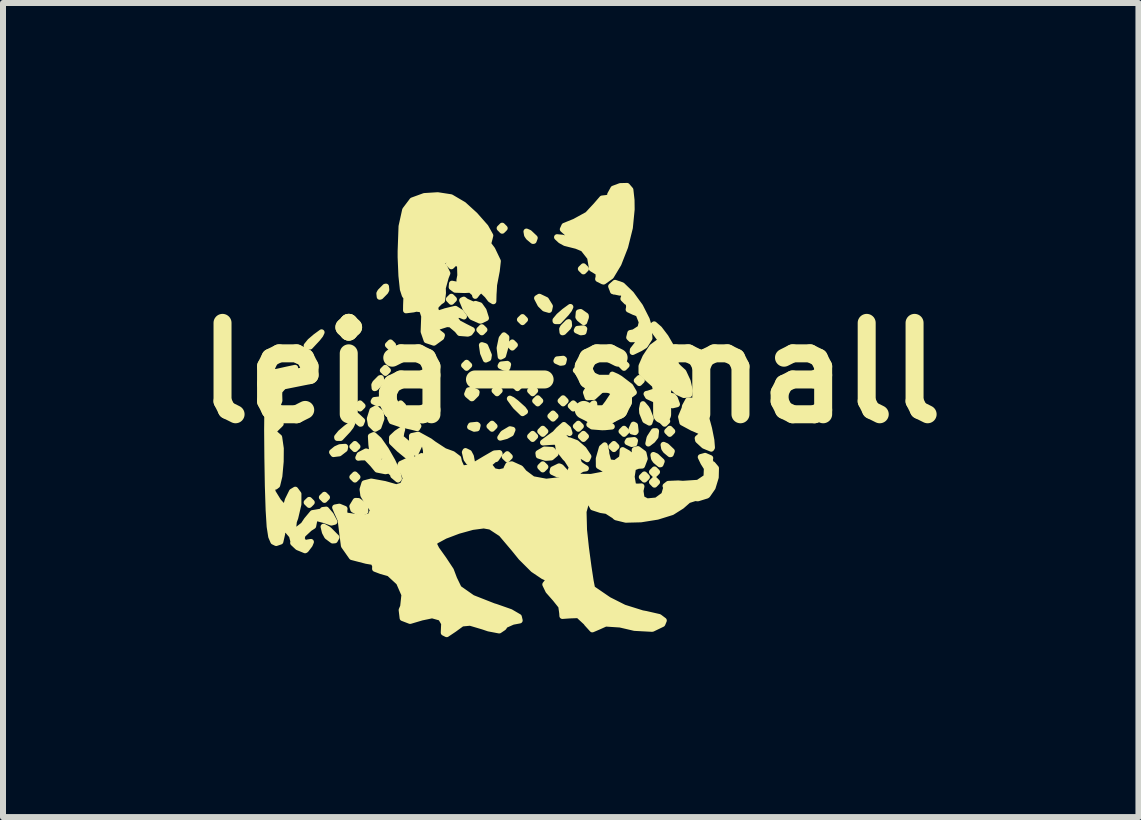
<source format=kicad_pcb>
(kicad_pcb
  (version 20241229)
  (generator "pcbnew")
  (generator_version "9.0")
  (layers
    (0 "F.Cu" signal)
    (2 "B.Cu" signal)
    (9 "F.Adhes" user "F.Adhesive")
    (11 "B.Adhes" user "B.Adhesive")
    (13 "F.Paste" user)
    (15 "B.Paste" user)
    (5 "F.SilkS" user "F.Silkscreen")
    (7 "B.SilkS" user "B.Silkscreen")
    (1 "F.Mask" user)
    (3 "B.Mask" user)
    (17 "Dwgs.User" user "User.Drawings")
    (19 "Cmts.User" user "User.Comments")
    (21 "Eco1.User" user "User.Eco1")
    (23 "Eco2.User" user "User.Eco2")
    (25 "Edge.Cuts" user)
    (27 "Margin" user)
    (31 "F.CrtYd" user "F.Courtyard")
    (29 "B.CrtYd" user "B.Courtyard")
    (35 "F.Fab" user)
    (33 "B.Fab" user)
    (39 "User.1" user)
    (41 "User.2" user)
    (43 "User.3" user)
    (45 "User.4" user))
  (footprint "leia-small"
    (layer "F.Cu")
    (at 6.466 3.168)
    (property "Reference" "leia-small" (at 0 0 0) (layer "F.SilkS") (effects (font (size 1.524 1.524) (thickness 0.3))))
    (attr through_hole)
    (fp_poly (pts (xy 0.713 -1.361) (xy 0.704 -1.363) (xy 0.7 -1.374) (xy 0.713 -1.361)) (stroke (width 0.1) (type solid)) (fill yes) (layer "F.SilkS"))
    (fp_poly (pts (xy -4.318 2.159) (xy -4.36 2.201) (xy -4.403 2.159) (xy -4.36 2.117) (xy -4.318 2.159)) (stroke (width 0.1) (type solid)) (fill yes) (layer "F.SilkS"))
    (fp_poly (pts (xy -4.064 2.074) (xy -4.106 2.117) (xy -4.149 2.074) (xy -4.106 2.032) (xy -4.064 2.074)) (stroke (width 0.1) (type solid)) (fill yes) (layer "F.SilkS"))
    (fp_poly (pts (xy -3.556 1.228) (xy -3.598 1.27) (xy -3.641 1.228) (xy -3.598 1.185) (xy -3.556 1.228)) (stroke (width 0.1) (type solid)) (fill yes) (layer "F.SilkS"))
    (fp_poly (pts (xy -3.556 1.736) (xy -3.598 1.778) (xy -3.641 1.736) (xy -3.598 1.693) (xy -3.556 1.736)) (stroke (width 0.1) (type solid)) (fill yes) (layer "F.SilkS"))
    (fp_poly (pts (xy -3.471 0.55) (xy -3.514 0.593) (xy -3.556 0.55) (xy -3.514 0.508) (xy -3.471 0.55)) (stroke (width 0.1) (type solid)) (fill yes) (layer "F.SilkS"))
    (fp_poly (pts (xy -3.048 -0.042) (xy -3.09 0) (xy -3.133 -0.042) (xy -3.09 -0.085) (xy -3.048 -0.042)) (stroke (width 0.1) (type solid)) (fill yes) (layer "F.SilkS"))
    (fp_poly (pts (xy -2.963 -0.466) (xy -3.006 -0.423) (xy -3.048 -0.466) (xy -3.006 -0.508) (xy -2.963 -0.466)) (stroke (width 0.1) (type solid)) (fill yes) (layer "F.SilkS"))
    (fp_poly (pts (xy -2.794 0.55) (xy -2.836 0.593) (xy -2.879 0.55) (xy -2.836 0.508) (xy -2.794 0.55)) (stroke (width 0.1) (type solid)) (fill yes) (layer "F.SilkS"))
    (fp_poly (pts (xy -1.947 -1.82) (xy -1.99 -1.778) (xy -2.032 -1.82) (xy -1.99 -1.863) (xy -1.947 -1.82)) (stroke (width 0.1) (type solid)) (fill yes) (layer "F.SilkS"))
    (fp_poly (pts (xy -1.947 -1.228) (xy -1.99 -1.185) (xy -2.032 -1.228) (xy -1.99 -1.27) (xy -1.947 -1.228)) (stroke (width 0.1) (type solid)) (fill yes) (layer "F.SilkS"))
    (fp_poly (pts (xy -1.693 -0.127) (xy -1.736 -0.085) (xy -1.778 -0.127) (xy -1.736 -0.169) (xy -1.693 -0.127)) (stroke (width 0.1) (type solid)) (fill yes) (layer "F.SilkS"))
    (fp_poly (pts (xy -1.439 -0.72) (xy -1.482 -0.677) (xy -1.524 -0.72) (xy -1.482 -0.762) (xy -1.439 -0.72)) (stroke (width 0.1) (type solid)) (fill yes) (layer "F.SilkS"))
    (fp_poly (pts (xy -1.27 0.889) (xy -1.312 0.931) (xy -1.355 0.889) (xy -1.312 0.847) (xy -1.27 0.889)) (stroke (width 0.1) (type solid)) (fill yes) (layer "F.SilkS"))
    (fp_poly (pts (xy -1.185 0.296) (xy -1.228 0.339) (xy -1.27 0.296) (xy -1.228 0.254) (xy -1.185 0.296)) (stroke (width 0.1) (type solid)) (fill yes) (layer "F.SilkS"))
    (fp_poly (pts (xy -1.101 -2.413) (xy -1.143 -2.371) (xy -1.185 -2.413) (xy -1.143 -2.455) (xy -1.101 -2.413)) (stroke (width 0.1) (type solid)) (fill yes) (layer "F.SilkS"))
    (fp_poly (pts (xy -1.016 1.397) (xy -1.058 1.439) (xy -1.101 1.397) (xy -1.058 1.355) (xy -1.016 1.397)) (stroke (width 0.1) (type solid)) (fill yes) (layer "F.SilkS"))
    (fp_poly (pts (xy -0.931 -0.466) (xy -0.974 -0.423) (xy -1.016 -0.466) (xy -0.974 -0.508) (xy -0.931 -0.466)) (stroke (width 0.1) (type solid)) (fill yes) (layer "F.SilkS"))
    (fp_poly (pts (xy -0.847 0.212) (xy -0.889 0.254) (xy -0.931 0.212) (xy -0.889 0.169) (xy -0.847 0.212)) (stroke (width 0.1) (type solid)) (fill yes) (layer "F.SilkS"))
    (fp_poly (pts (xy -0.762 -0.889) (xy -0.804 -0.847) (xy -0.847 -0.889) (xy -0.804 -0.931) (xy -0.762 -0.889)) (stroke (width 0.1) (type solid)) (fill yes) (layer "F.SilkS"))
    (fp_poly (pts (xy -0.593 0.296) (xy -0.635 0.339) (xy -0.677 0.296) (xy -0.635 0.254) (xy -0.593 0.296)) (stroke (width 0.1) (type solid)) (fill yes) (layer "F.SilkS"))
    (fp_poly (pts (xy -0.593 1.058) (xy -0.635 1.101) (xy -0.677 1.058) (xy -0.635 1.016) (xy -0.593 1.058)) (stroke (width 0.1) (type solid)) (fill yes) (layer "F.SilkS"))
    (fp_poly (pts (xy -0.508 0.466) (xy -0.55 0.508) (xy -0.593 0.466) (xy -0.55 0.423) (xy -0.508 0.466)) (stroke (width 0.1) (type solid)) (fill yes) (layer "F.SilkS"))
    (fp_poly (pts (xy -0.423 0.974) (xy -0.466 1.016) (xy -0.508 0.974) (xy -0.466 0.931) (xy -0.423 0.974)) (stroke (width 0.1) (type solid)) (fill yes) (layer "F.SilkS"))
    (fp_poly (pts (xy -0.423 1.566) (xy -0.466 1.609) (xy -0.508 1.566) (xy -0.466 1.524) (xy -0.423 1.566)) (stroke (width 0.1) (type solid)) (fill yes) (layer "F.SilkS"))
    (fp_poly (pts (xy -0.254 0.72) (xy -0.296 0.762) (xy -0.339 0.72) (xy -0.296 0.677) (xy -0.254 0.72)) (stroke (width 0.1) (type solid)) (fill yes) (layer "F.SilkS"))
    (fp_poly (pts (xy -0.085 0.466) (xy -0.127 0.508) (xy -0.169 0.466) (xy -0.127 0.423) (xy -0.085 0.466)) (stroke (width 0.1) (type solid)) (fill yes) (layer "F.SilkS"))
    (fp_poly (pts (xy 0.085 0.55) (xy 0.042 0.593) (xy 0 0.55) (xy 0.042 0.508) (xy 0.085 0.55)) (stroke (width 0.1) (type solid)) (fill yes) (layer "F.SilkS"))
    (fp_poly (pts (xy 0.169 -0.042) (xy 0.127 0) (xy 0.085 -0.042) (xy 0.127 -0.085) (xy 0.169 -0.042)) (stroke (width 0.1) (type solid)) (fill yes) (layer "F.SilkS"))
    (fp_poly (pts (xy 0.169 0.889) (xy 0.127 0.931) (xy 0.085 0.889) (xy 0.127 0.847) (xy 0.169 0.889)) (stroke (width 0.1) (type solid)) (fill yes) (layer "F.SilkS"))
    (fp_poly (pts (xy 0.254 -1.736) (xy 0.212 -1.693) (xy 0.169 -1.736) (xy 0.212 -1.778) (xy 0.254 -1.736)) (stroke (width 0.1) (type solid)) (fill yes) (layer "F.SilkS"))
    (fp_poly (pts (xy 0.254 1.058) (xy 0.212 1.101) (xy 0.169 1.058) (xy 0.212 1.016) (xy 0.254 1.058)) (stroke (width 0.1) (type solid)) (fill yes) (layer "F.SilkS"))
    (fp_poly (pts (xy 0.508 -0.296) (xy 0.466 -0.254) (xy 0.423 -0.296) (xy 0.466 -0.339) (xy 0.508 -0.296)) (stroke (width 0.1) (type solid)) (fill yes) (layer "F.SilkS"))
    (fp_poly (pts (xy 0.762 1.228) (xy 0.72 1.27) (xy 0.677 1.228) (xy 0.72 1.185) (xy 0.762 1.228)) (stroke (width 0.1) (type solid)) (fill yes) (layer "F.SilkS"))
    (fp_poly (pts (xy 0.931 -0.127) (xy 0.889 -0.085) (xy 0.847 -0.127) (xy 0.889 -0.169) (xy 0.931 -0.127)) (stroke (width 0.1) (type solid)) (fill yes) (layer "F.SilkS"))
    (fp_poly (pts (xy 0.931 0.974) (xy 0.889 1.016) (xy 0.847 0.974) (xy 0.889 0.931) (xy 0.931 0.974)) (stroke (width 0.1) (type solid)) (fill yes) (layer "F.SilkS"))
    (fp_poly (pts (xy 1.185 0.127) (xy 1.143 0.169) (xy 1.101 0.127) (xy 1.143 0.085) (xy 1.185 0.127)) (stroke (width 0.1) (type solid)) (fill yes) (layer "F.SilkS"))
    (fp_poly (pts (xy 1.27 1.736) (xy 1.228 1.778) (xy 1.185 1.736) (xy 1.228 1.693) (xy 1.27 1.736)) (stroke (width 0.1) (type solid)) (fill yes) (layer "F.SilkS"))
    (fp_poly (pts (xy 1.439 1.651) (xy 1.397 1.693) (xy 1.355 1.651) (xy 1.397 1.609) (xy 1.439 1.651)) (stroke (width 0.1) (type solid)) (fill yes) (layer "F.SilkS"))
    (fp_poly (pts (xy 1.439 1.82) (xy 1.397 1.863) (xy 1.355 1.82) (xy 1.397 1.778) (xy 1.439 1.82)) (stroke (width 0.1) (type solid)) (fill yes) (layer "F.SilkS"))
    (fp_poly (pts (xy 1.609 0.804) (xy 1.566 0.847) (xy 1.524 0.804) (xy 1.566 0.762) (xy 1.609 0.804)) (stroke (width 0.1) (type solid)) (fill yes) (layer "F.SilkS"))
    (fp_poly (pts (xy 1.693 0.974) (xy 1.651 1.016) (xy 1.609 0.974) (xy 1.651 0.931) (xy 1.693 0.974)) (stroke (width 0.1) (type solid)) (fill yes) (layer "F.SilkS"))
    (fp_poly (pts (xy -4.505 -0.21) (xy -4.516 -0.198) (xy -4.566 -0.209) (xy -4.572 -0.254) (xy -4.541 -0.324) (xy -4.516 -0.31) (xy -4.505 -0.21)) (stroke (width 0.1) (type solid)) (fill yes) (layer "F.SilkS"))
    (fp_poly (pts (xy -3.659 0.552) (xy -3.669 0.564) (xy -3.719 0.553) (xy -3.725 0.508) (xy -3.694 0.438) (xy -3.669 0.452) (xy -3.659 0.552)) (stroke (width 0.1) (type solid)) (fill yes) (layer "F.SilkS"))
    (fp_poly (pts (xy -3.161 0.452) (xy -3.173 0.502) (xy -3.217 0.508) (xy -3.287 0.477) (xy -3.274 0.452) (xy -3.173 0.441) (xy -3.161 0.452)) (stroke (width 0.1) (type solid)) (fill yes) (layer "F.SilkS"))
    (fp_poly (pts (xy -2.981 0.552) (xy -2.992 0.564) (xy -3.042 0.553) (xy -3.048 0.508) (xy -3.017 0.438) (xy -2.992 0.452) (xy -2.981 0.552)) (stroke (width 0.1) (type solid)) (fill yes) (layer "F.SilkS"))
    (fp_poly (pts (xy -1.552 0.875) (xy -1.564 0.925) (xy -1.609 0.931) (xy -1.678 0.9) (xy -1.665 0.875) (xy -1.565 0.865) (xy -1.552 0.875)) (stroke (width 0.1) (type solid)) (fill yes) (layer "F.SilkS"))
    (fp_poly (pts (xy -1.044 -0.141) (xy -1.056 -0.091) (xy -1.101 -0.085) (xy -1.17 -0.116) (xy -1.157 -0.141) (xy -1.057 -0.151) (xy -1.044 -0.141)) (stroke (width 0.1) (type solid)) (fill yes) (layer "F.SilkS"))
    (fp_poly (pts (xy -0.113 -0.226) (xy -0.125 -0.175) (xy -0.169 -0.169) (xy -0.239 -0.2) (xy -0.226 -0.226) (xy -0.125 -0.236) (xy -0.113 -0.226)) (stroke (width 0.1) (type solid)) (fill yes) (layer "F.SilkS"))
    (fp_poly (pts (xy 0.226 -0.734) (xy 0.214 -0.683) (xy 0.169 -0.677) (xy 0.1 -0.708) (xy 0.113 -0.734) (xy 0.213 -0.744) (xy 0.226 -0.734)) (stroke (width 0.1) (type solid)) (fill yes) (layer "F.SilkS"))
    (fp_poly (pts (xy 1.072 1.129) (xy 1.061 1.179) (xy 1.016 1.185) (xy 0.946 1.154) (xy 0.96 1.129) (xy 1.06 1.119) (xy 1.072 1.129)) (stroke (width 0.1) (type solid)) (fill yes) (layer "F.SilkS"))
    (fp_poly (pts (xy 1.083 0.975) (xy 1.072 0.988) (xy 1.022 0.976) (xy 1.016 0.931) (xy 1.047 0.862) (xy 1.072 0.875) (xy 1.083 0.975)) (stroke (width 0.1) (type solid)) (fill yes) (layer "F.SilkS"))
    (fp_poly (pts (xy -3.761 1.232) (xy -3.768 1.271) (xy -3.859 1.341) (xy -3.956 1.353) (xy -3.979 1.321) (xy -3.913 1.267) (xy -3.848 1.238) (xy -3.761 1.232)) (stroke (width 0.1) (type solid)) (fill yes) (layer "F.SilkS"))
    (fp_poly (pts (xy -3.478 0.797) (xy -3.497 0.846) (xy -3.509 0.847) (xy -3.58 0.787) (xy -3.606 0.749) (xy -3.616 0.691) (xy -3.569 0.712) (xy -3.478 0.797)) (stroke (width 0.1) (type solid)) (fill yes) (layer "F.SilkS"))
    (fp_poly (pts (xy -3.424 2.308) (xy -3.511 2.342) (xy -3.625 2.279) (xy -3.641 2.223) (xy -3.587 2.134) (xy -3.54 2.136) (xy -3.429 2.217) (xy -3.424 2.308)) (stroke (width 0.1) (type solid)) (fill yes) (layer "F.SilkS"))
    (fp_poly (pts (xy -1.642 1.513) (xy -1.699 1.489) (xy -1.739 1.434) (xy -1.765 1.323) (xy -1.755 1.303) (xy -1.696 1.332) (xy -1.664 1.393) (xy -1.642 1.513)) (stroke (width 0.1) (type solid)) (fill yes) (layer "F.SilkS"))
    (fp_poly (pts (xy -1.365 -0.297) (xy -1.373 -0.242) (xy -1.416 -0.223) (xy -1.462 -0.332) (xy -1.481 -0.463) (xy -1.429 -0.447) (xy -1.425 -0.443) (xy -1.365 -0.297)) (stroke (width 0.1) (type solid)) (fill yes) (layer "F.SilkS"))
    (fp_poly (pts (xy -0.971 0.948) (xy -0.997 1.011) (xy -1.076 1.053) (xy -1.175 1.079) (xy -1.134 1.017) (xy -1.123 1.005) (xy -1.012 0.939) (xy -0.971 0.948)) (stroke (width 0.1) (type solid)) (fill yes) (layer "F.SilkS"))
    (fp_poly (pts (xy -0.6 -2.251) (xy -0.618 -2.202) (xy -0.63 -2.201) (xy -0.702 -2.261) (xy -0.728 -2.299) (xy -0.738 -2.357) (xy -0.69 -2.336) (xy -0.6 -2.251)) (stroke (width 0.1) (type solid)) (fill yes) (layer "F.SilkS"))
    (fp_poly (pts (xy -0.347 -1.112) (xy -0.36 -1.051) (xy -0.437 -1.073) (xy -0.506 -1.141) (xy -0.561 -1.247) (xy -0.523 -1.27) (xy -0.412 -1.217) (xy -0.347 -1.112)) (stroke (width 0.1) (type solid)) (fill yes) (layer "F.SilkS"))
    (fp_poly (pts (xy -0.254 1.349) (xy -0.324 1.409) (xy -0.417 1.416) (xy -0.533 1.379) (xy -0.539 1.337) (xy -0.437 1.277) (xy -0.311 1.284) (xy -0.254 1.349)) (stroke (width 0.1) (type solid)) (fill yes) (layer "F.SilkS"))
    (fp_poly (pts (xy -0.088 1.652) (xy -0.174 1.692) (xy -0.217 1.693) (xy -0.304 1.652) (xy -0.295 1.607) (xy -0.194 1.558) (xy -0.163 1.57) (xy -0.088 1.652)) (stroke (width 0.1) (type solid)) (fill yes) (layer "F.SilkS"))
    (fp_poly (pts (xy 1.423 0.971) (xy 1.413 1.061) (xy 1.365 1.123) (xy 1.294 1.177) (xy 1.312 1.092) (xy 1.318 1.076) (xy 1.385 0.972) (xy 1.423 0.971)) (stroke (width 0.1) (type solid)) (fill yes) (layer "F.SilkS"))
    (fp_poly (pts (xy 1.517 1.474) (xy 1.498 1.523) (xy 1.487 1.524) (xy 1.415 1.464) (xy 1.389 1.426) (xy 1.379 1.368) (xy 1.426 1.389) (xy 1.517 1.474)) (stroke (width 0.1) (type solid)) (fill yes) (layer "F.SilkS"))
    (fp_poly (pts (xy 1.686 1.305) (xy 1.668 1.354) (xy 1.656 1.355) (xy 1.584 1.295) (xy 1.558 1.257) (xy 1.548 1.199) (xy 1.596 1.22) (xy 1.686 1.305)) (stroke (width 0.1) (type solid)) (fill yes) (layer "F.SilkS"))
    (fp_poly (pts (xy -4.154 -0.677) (xy -4.175 -0.633) (xy -4.223 -0.572) (xy -4.346 -0.44) (xy -4.401 -0.44) (xy -4.403 -0.455) (xy -4.345 -0.526) (xy -4.255 -0.603) (xy -4.154 -0.677)) (stroke (width 0.1) (type solid)) (fill yes) (layer "F.SilkS"))
    (fp_poly (pts (xy -3.906 2.742) (xy -3.933 2.791) (xy -3.97 2.794) (xy -4.061 2.726) (xy -4.099 2.655) (xy -4.121 2.564) (xy -4.049 2.603) (xy -4.024 2.623) (xy -3.906 2.742)) (stroke (width 0.1) (type solid)) (fill yes) (layer "F.SilkS"))
    (fp_poly (pts (xy -3.646 0.847) (xy -3.667 0.891) (xy -3.715 0.953) (xy -3.838 1.084) (xy -3.893 1.084) (xy -3.895 1.069) (xy -3.837 0.998) (xy -3.747 0.921) (xy -3.646 0.847)) (stroke (width 0.1) (type solid)) (fill yes) (layer "F.SilkS"))
    (fp_poly (pts (xy -3.159 0.139) (xy -3.175 0.169) (xy -3.255 0.25) (xy -3.27 0.254) (xy -3.275 0.199) (xy -3.26 0.169) (xy -3.18 0.088) (xy -3.165 0.085) (xy -3.159 0.139)) (stroke (width 0.1) (type solid)) (fill yes) (layer "F.SilkS"))
    (fp_poly (pts (xy -3.156 0.762) (xy -3.205 0.9) (xy -3.26 0.931) (xy -3.333 0.86) (xy -3.35 0.762) (xy -3.307 0.625) (xy -3.247 0.593) (xy -3.168 0.663) (xy -3.156 0.762)) (stroke (width 0.1) (type solid)) (fill yes) (layer "F.SilkS"))
    (fp_poly (pts (xy -3.075 -1.385) (xy -3.09 -1.355) (xy -3.17 -1.274) (xy -3.185 -1.27) (xy -3.191 -1.325) (xy -3.175 -1.355) (xy -3.095 -1.436) (xy -3.08 -1.439) (xy -3.075 -1.385)) (stroke (width 0.1) (type solid)) (fill yes) (layer "F.SilkS"))
    (fp_poly (pts (xy -1.569 0.32) (xy -1.575 0.353) (xy -1.644 0.422) (xy -1.651 0.423) (xy -1.719 0.365) (xy -1.727 0.353) (xy -1.702 0.29) (xy -1.651 0.282) (xy -1.569 0.32)) (stroke (width 0.1) (type solid)) (fill yes) (layer "F.SilkS"))
    (fp_poly (pts (xy -1.073 -0.593) (xy -1.08 -0.463) (xy -1.128 -0.291) (xy -1.168 -0.271) (xy -1.185 -0.41) (xy -1.185 -0.418) (xy -1.152 -0.576) (xy -1.113 -0.627) (xy -1.073 -0.593)) (stroke (width 0.1) (type solid)) (fill yes) (layer "F.SilkS"))
    (fp_poly (pts (xy -1.016 0.085) (xy -1.081 0.166) (xy -1.106 0.169) (xy -1.156 0.117) (xy -1.143 0.085) (xy -1.067 0.004) (xy -1.053 0) (xy -1.017 0.066) (xy -1.016 0.085)) (stroke (width 0.1) (type solid)) (fill yes) (layer "F.SilkS"))
    (fp_poly (pts (xy -0.762 0.645) (xy -0.803 0.671) (xy -0.916 0.562) (xy -0.942 0.529) (xy -1.015 0.429) (xy -0.972 0.45) (xy -0.91 0.497) (xy -0.793 0.602) (xy -0.762 0.645)) (stroke (width 0.1) (type solid)) (fill yes) (layer "F.SilkS"))
    (fp_poly (pts (xy -0.027 -0.792) (xy -0.042 -0.762) (xy -0.122 -0.681) (xy -0.137 -0.677) (xy -0.143 -0.732) (xy -0.127 -0.762) (xy -0.047 -0.843) (xy -0.032 -0.847) (xy -0.027 -0.792)) (stroke (width 0.1) (type solid)) (fill yes) (layer "F.SilkS"))
    (fp_poly (pts (xy -0.006 -1.1) (xy -0.027 -1.056) (xy -0.074 -0.995) (xy -0.197 -0.863) (xy -0.253 -0.864) (xy -0.254 -0.879) (xy -0.196 -0.949) (xy -0.106 -1.027) (xy -0.006 -1.1)) (stroke (width 0.1) (type solid)) (fill yes) (layer "F.SilkS"))
    (fp_poly (pts (xy 0.254 -0.931) (xy 0.225 -0.849) (xy 0.217 -0.847) (xy 0.144 -0.906) (xy 0.127 -0.931) (xy 0.134 -1.009) (xy 0.164 -1.016) (xy 0.251 -0.955) (xy 0.254 -0.931)) (stroke (width 0.1) (type solid)) (fill yes) (layer "F.SilkS"))
    (fp_poly (pts (xy 0.397 0.563) (xy 0.381 0.593) (xy 0.301 0.674) (xy 0.286 0.677) (xy 0.281 0.623) (xy 0.296 0.593) (xy 0.376 0.512) (xy 0.391 0.508) (xy 0.397 0.563)) (stroke (width 0.1) (type solid)) (fill yes) (layer "F.SilkS"))
    (fp_poly (pts (xy 1.335 0.762) (xy 1.313 0.829) (xy 1.242 0.79) (xy 1.192 0.664) (xy 1.188 0.6) (xy 1.204 0.521) (xy 1.262 0.589) (xy 1.28 0.62) (xy 1.335 0.762)) (stroke (width 0.1) (type solid)) (fill yes) (layer "F.SilkS"))
    (fp_poly (pts (xy 0.589 0.169) (xy 0.562 0.219) (xy 0.519 0.275) (xy 0.381 0.401) (xy 0.281 0.406) (xy 0.254 0.325) (xy 0.288 0.268) (xy 0.31 0.281) (xy 0.412 0.283) (xy 0.5 0.232) (xy 0.589 0.169)) (stroke (width 0.1) (type solid)) (fill yes) (layer "F.SilkS"))
    (fp_poly (pts (xy -2.54 0.886) (xy -2.561 0.921) (xy -2.65 0.898) (xy -2.833 0.857) (xy -2.836 0.856) (xy -2.986 0.805) (xy -3.011 0.753) (xy -3.006 0.749) (xy -2.883 0.738) (xy -2.711 0.777) (xy -2.573 0.841) (xy -2.54 0.886)) (stroke (width 0.1) (type solid)) (fill yes) (layer "F.SilkS"))
    (fp_poly (pts (xy -2.654 1.437) (xy -2.72 1.387) (xy -2.856 1.276) (xy -2.98 1.156) (xy -2.979 1.075) (xy -2.903 1.004) (xy -2.81 0.942) (xy -2.825 0.995) (xy -2.839 1.088) (xy -2.809 1.101) (xy -2.726 1.171) (xy -2.685 1.27) (xy -2.655 1.405) (xy -2.654 1.437)) (stroke (width 0.1) (type solid)) (fill yes) (layer "F.SilkS"))
    (fp_poly (pts (xy -1.413 -0.914) (xy -1.5 -0.872) (xy -1.51 -0.871) (xy -1.524 -0.877) (xy -1.524 -1.058) (xy -1.566 -1.101) (xy -1.609 -1.058) (xy -1.566 -1.016) (xy -1.524 -1.058) (xy -1.524 -0.877) (xy -1.648 -0.932) (xy -1.753 -1.071) (xy -1.81 -1.21) (xy -1.783 -1.222) (xy -1.744 -1.192) (xy -1.626 -1.139) (xy -1.587 -1.151) (xy -1.515 -1.128) (xy -1.453 -1.041) (xy -1.413 -0.914)) (stroke (width 0.1) (type solid)) (fill yes) (layer "F.SilkS"))
    (fp_poly (pts (xy 1.053 0.325) (xy 0.994 0.369) (xy 0.904 0.357) (xy 0.777 0.336) (xy 0.793 0.396) (xy 0.837 0.453) (xy 0.911 0.556) (xy 0.865 0.561) (xy 0.823 0.546) (xy 0.677 0.569) (xy 0.599 0.665) (xy 0.554 0.802) (xy 0.634 0.864) (xy 0.656 0.87) (xy 0.685 0.894) (xy 0.569 0.905) (xy 0.524 0.906) (xy 0.357 0.893) (xy 0.31 0.861) (xy 0.317 0.855) (xy 0.409 0.76) (xy 0.555 0.583) (xy 0.617 0.502) (xy 0.753 0.297) (xy 0.783 0.168) (xy 0.739 0.09) (xy 0.693 0.028) (xy 0.77 0.062) (xy 0.824 0.094) (xy 0.993 0.223) (xy 1.053 0.325)) (stroke (width 0.1) (type solid)) (fill yes) (layer "F.SilkS"))
    (fp_poly (pts (xy -2.864 1.762) (xy -2.88 1.778) (xy -2.959 1.712) (xy -2.963 1.684) (xy -3.025 1.627) (xy -3.089 1.639) (xy -3.09 1.639) (xy -3.09 1.439) (xy -3.097 1.361) (xy -3.128 1.355) (xy -3.214 1.416) (xy -3.217 1.439) (xy -3.188 1.522) (xy -3.18 1.524) (xy -3.108 1.465) (xy -3.09 1.439) (xy -3.09 1.639) (xy -3.227 1.612) (xy -3.305 1.518) (xy -3.41 1.409) (xy -3.489 1.408) (xy -3.542 1.414) (xy -3.521 1.366) (xy -3.412 1.309) (xy -3.367 1.324) (xy -3.309 1.312) (xy -3.324 1.194) (xy -3.332 1.057) (xy -3.285 1.036) (xy -3.196 1.116) (xy -3.083 1.277) (xy -2.972 1.472) (xy -2.89 1.65) (xy -2.864 1.762)) (stroke (width 0.1) (type solid)) (fill yes) (layer "F.SilkS"))
    (fp_poly (pts (xy 1.313 -0.578) (xy 1.237 -0.458) (xy 1.162 -0.411) (xy 1.033 -0.349) (xy 1.036 -0.385) (xy 1.101 -0.468) (xy 1.162 -0.564) (xy 1.128 -0.565) (xy 1.006 -0.561) (xy 0.975 -0.591) (xy 0.993 -0.665) (xy 1.053 -0.677) (xy 1.162 -0.748) (xy 1.185 -0.847) (xy 1.13 -0.986) (xy 1.053 -1.016) (xy 0.966 -1.057) (xy 0.974 -1.101) (xy 0.964 -1.179) (xy 0.931 -1.185) (xy 0.878 -1.238) (xy 0.892 -1.276) (xy 0.881 -1.34) (xy 0.818 -1.339) (xy 0.724 -1.359) (xy 0.762 -1.397) (xy 0.72 -1.439) (xy 0.688 -1.407) (xy 0.674 -1.444) (xy 0.739 -1.502) (xy 0.856 -1.462) (xy 1.007 -1.316) (xy 1.157 -1.109) (xy 1.268 -0.89) (xy 1.299 -0.785) (xy 1.313 -0.578)) (stroke (width 0.1) (type solid)) (fill yes) (layer "F.SilkS"))
    (fp_poly (pts (xy 1.016 -2.726) (xy 0.986 -2.42) (xy 0.907 -2.103) (xy 0.796 -1.819) (xy 0.671 -1.611) (xy 0.549 -1.524) (xy 0.541 -1.524) (xy 0.457 -1.566) (xy 0.466 -1.609) (xy 0.459 -1.687) (xy 0.428 -1.693) (xy 0.352 -1.739) (xy 0.352 -1.757) (xy 0.323 -1.925) (xy 0.208 -2.072) (xy 0.097 -2.118) (xy -0.093 -2.166) (xy -0.169 -2.208) (xy -0.228 -2.263) (xy -0.143 -2.255) (xy -0.085 -2.24) (xy 0.058 -2.207) (xy 0.052 -2.239) (xy -0.034 -2.307) (xy -0.132 -2.395) (xy -0.106 -2.452) (xy 0.062 -2.52) (xy 0.065 -2.521) (xy 0.28 -2.639) (xy 0.421 -2.79) (xy 0.523 -2.908) (xy 0.599 -2.917) (xy 0.66 -2.931) (xy 0.658 -2.976) (xy 0.711 -3.072) (xy 0.826 -3.115) (xy 0.939 -3.118) (xy 0.995 -3.053) (xy 1.014 -2.882) (xy 1.016 -2.726)) (stroke (width 0.1) (type solid)) (fill yes) (layer "F.SilkS"))
    (fp_poly (pts (xy 2.355 1.245) (xy 2.343 1.263) (xy 2.264 1.231) (xy 2.223 1.214) (xy 2.124 1.123) (xy 2.117 1.089) (xy 2.169 1.045) (xy 2.201 1.058) (xy 2.28 1.074) (xy 2.286 1.059) (xy 2.215 0.998) (xy 2.201 0.992) (xy 2.201 0.804) (xy 2.159 0.762) (xy 2.117 0.804) (xy 2.117 0.635) (xy 2.074 0.593) (xy 2.032 0.635) (xy 2.074 0.677) (xy 2.117 0.635) (xy 2.117 0.804) (xy 2.159 0.847) (xy 2.201 0.804) (xy 2.201 0.992) (xy 2.044 0.923) (xy 2.032 0.919) (xy 2.032 0.919) (xy 2.032 0.804) (xy 1.99 0.762) (xy 1.947 0.804) (xy 1.99 0.847) (xy 2.032 0.804) (xy 2.032 0.919) (xy 1.861 0.827) (xy 1.84 0.733) (xy 1.9 0.589) (xy 1.904 0.557) (xy 1.958 0.458) (xy 2.075 0.466) (xy 2.191 0.575) (xy 2.2 0.59) (xy 2.254 0.732) (xy 2.307 0.929) (xy 2.345 1.12) (xy 2.355 1.245)) (stroke (width 0.1) (type solid)) (fill yes) (layer "F.SilkS"))
    (fp_poly (pts (xy 1.986 0.297) (xy 1.976 0.358) (xy 1.887 0.369) (xy 1.78 0.32) (xy 1.67 0.216) (xy 1.661 0.152) (xy 1.643 0.087) (xy 1.624 0.085) (xy 1.609 0.097) (xy 1.609 -0.381) (xy 1.566 -0.423) (xy 1.524 -0.381) (xy 1.566 -0.339) (xy 1.609 -0.381) (xy 1.609 0.097) (xy 1.54 0.155) (xy 1.501 0.248) (xy 1.502 0.368) (xy 1.567 0.369) (xy 1.702 0.388) (xy 1.736 0.423) (xy 1.772 0.522) (xy 1.697 0.54) (xy 1.493 0.48) (xy 1.482 0.476) (xy 1.482 0) (xy 1.475 -0.078) (xy 1.444 -0.085) (xy 1.358 -0.023) (xy 1.355 0) (xy 1.384 0.082) (xy 1.392 0.085) (xy 1.464 0.025) (xy 1.482 0) (xy 1.482 0.476) (xy 1.439 0.461) (xy 1.288 0.392) (xy 1.264 0.35) (xy 1.291 0.345) (xy 1.423 0.302) (xy 1.402 0.201) (xy 1.282 0.093) (xy 1.18 -0.003) (xy 1.18 -0.115) (xy 1.245 -0.264) (xy 1.357 -0.433) (xy 1.459 -0.508) (xy 1.462 -0.508) (xy 1.509 -0.542) (xy 1.456 -0.61) (xy 1.367 -0.734) (xy 1.355 -0.779) (xy 1.391 -0.81) (xy 1.477 -0.735) (xy 1.582 -0.597) (xy 1.675 -0.437) (xy 1.723 -0.299) (xy 1.724 -0.287) (xy 1.757 -0.132) (xy 1.802 -0.085) (xy 1.879 -0.015) (xy 1.951 0.14) (xy 1.986 0.297)) (stroke (width 0.1) (type solid)) (fill yes) (layer "F.SilkS"))
    (fp_poly (pts (xy -3.94 2.482) (xy -3.991 2.495) (xy -4.112 2.453) (xy -4.263 2.413) (xy -4.275 2.456) (xy -4.294 2.553) (xy -4.355 2.592) (xy -4.471 2.7) (xy -4.487 2.766) (xy -4.44 2.843) (xy -4.39 2.828) (xy -4.332 2.818) (xy -4.352 2.866) (xy -4.417 2.951) (xy -4.429 2.957) (xy -4.509 2.924) (xy -4.551 2.907) (xy -4.628 2.835) (xy -4.624 2.808) (xy -4.649 2.713) (xy -4.714 2.637) (xy -4.806 2.571) (xy -4.816 2.644) (xy -4.811 2.68) (xy -4.841 2.812) (xy -4.911 2.836) (xy -4.958 2.813) (xy -4.994 2.729) (xy -5.02 2.561) (xy -5.037 2.288) (xy -5.05 1.887) (xy -5.058 1.418) (xy -5.062 0.949) (xy -5.058 0.546) (xy -5.047 0.235) (xy -5.031 0.045) (xy -5.016 -0.001) (xy -4.893 -0.02) (xy -4.741 -0.054) (xy -4.595 -0.085) (xy -4.599 -0.05) (xy -4.699 0.038) (xy -4.781 0.123) (xy -4.742 0.127) (xy -4.741 0.127) (xy -4.683 0.117) (xy -4.761 0.193) (xy -4.858 0.305) (xy -4.86 0.361) (xy -4.857 0.463) (xy -4.903 0.579) (xy -4.95 0.726) (xy -4.889 0.791) (xy -4.836 0.85) (xy -4.911 0.924) (xy -4.984 0.997) (xy -4.927 1.015) (xy -4.861 1.073) (xy -4.834 1.26) (xy -4.836 1.478) (xy -4.858 1.722) (xy -4.894 1.872) (xy -4.911 1.885) (xy -4.911 1.651) (xy -4.929 1.633) (xy -4.929 1.395) (xy -4.939 1.383) (xy -4.989 1.395) (xy -4.995 1.439) (xy -4.964 1.509) (xy -4.939 1.496) (xy -4.929 1.395) (xy -4.929 1.633) (xy -4.953 1.609) (xy -4.995 1.651) (xy -4.953 1.693) (xy -4.911 1.651) (xy -4.911 1.885) (xy -4.925 1.896) (xy -4.989 1.893) (xy -4.968 1.99) (xy -4.876 2.14) (xy -4.785 2.241) (xy -4.739 2.195) (xy -4.717 2.119) (xy -4.648 1.98) (xy -4.592 1.947) (xy -4.54 2.018) (xy -4.541 2.193) (xy -4.593 2.415) (xy -4.616 2.477) (xy -4.63 2.599) (xy -4.561 2.617) (xy -4.456 2.535) (xy -4.401 2.453) (xy -4.304 2.337) (xy -4.236 2.326) (xy -4.147 2.31) (xy -4.134 2.286) (xy -4.077 2.279) (xy -4.001 2.367) (xy -3.94 2.482)) (stroke (width 0.1) (type solid)) (fill yes) (layer "F.SilkS"))
    (fp_poly (pts (xy -1.215 -1.865) (xy -1.233 -1.702) (xy -1.278 -1.467) (xy -1.283 -1.371) (xy -1.283 -1.83) (xy -1.297 -1.879) (xy -1.334 -1.911) (xy -1.348 -1.827) (xy -1.332 -1.718) (xy -1.304 -1.716) (xy -1.283 -1.83) (xy -1.283 -1.371) (xy -1.287 -1.312) (xy -1.29 -1.195) (xy -1.339 -1.225) (xy -1.393 -1.296) (xy -1.439 -1.34) (xy -1.439 -1.566) (xy -1.482 -1.609) (xy -1.524 -1.566) (xy -1.482 -1.524) (xy -1.439 -1.566) (xy -1.439 -1.34) (xy -1.492 -1.391) (xy -1.551 -1.338) (xy -1.592 -1.285) (xy -1.602 -1.326) (xy -1.674 -1.388) (xy -1.711 -1.385) (xy -1.711 -1.991) (xy -1.722 -2.004) (xy -1.772 -1.992) (xy -1.778 -1.947) (xy -1.747 -1.878) (xy -1.722 -1.891) (xy -1.711 -1.991) (xy -1.711 -1.385) (xy -1.768 -1.382) (xy -1.926 -1.387) (xy -1.985 -1.431) (xy -1.98 -1.488) (xy -1.918 -1.475) (xy -1.775 -1.489) (xy -1.731 -1.531) (xy -1.715 -1.594) (xy -1.779 -1.566) (xy -1.856 -1.547) (xy -1.841 -1.627) (xy -1.846 -1.792) (xy -1.961 -1.892) (xy -1.962 -1.892) (xy -1.962 -2.825) (xy -1.976 -2.85) (xy -2.076 -2.861) (xy -2.088 -2.85) (xy -2.077 -2.8) (xy -2.032 -2.794) (xy -1.962 -2.825) (xy -1.962 -1.892) (xy -2.092 -1.887) (xy -2.166 -1.828) (xy -2.113 -1.776) (xy -2.057 -1.662) (xy -2.083 -1.597) (xy -2.133 -1.415) (xy -2.13 -1.333) (xy -2.145 -1.209) (xy -2.182 -1.185) (xy -2.25 -1.117) (xy -2.258 -1.063) (xy -2.225 -0.985) (xy -2.102 -1.024) (xy -2.093 -1.028) (xy -1.924 -1.069) (xy -1.832 -1.011) (xy -1.78 -0.941) (xy -1.841 -0.966) (xy -1.934 -0.97) (xy -1.947 -0.934) (xy -1.878 -0.835) (xy -1.764 -0.774) (xy -1.647 -0.715) (xy -1.682 -0.668) (xy -1.715 -0.655) (xy -1.851 -0.666) (xy -1.893 -0.718) (xy -2.002 -0.81) (xy -2.067 -0.814) (xy -2.202 -0.771) (xy -2.27 -0.713) (xy -2.229 -0.678) (xy -2.21 -0.677) (xy -2.147 -0.628) (xy -2.159 -0.593) (xy -2.282 -0.504) (xy -2.403 -0.545) (xy -2.453 -0.69) (xy -2.452 -0.699) (xy -2.443 -0.947) (xy -2.48 -1.06) (xy -2.577 -1.071) (xy -2.624 -1.059) (xy -2.746 -1.044) (xy -2.745 -1.129) (xy -2.74 -1.261) (xy -2.767 -1.296) (xy -2.799 -1.395) (xy -2.823 -1.62) (xy -2.836 -1.929) (xy -2.836 -2.031) (xy -2.821 -2.444) (xy -2.761 -2.717) (xy -2.641 -2.876) (xy -2.441 -2.949) (xy -2.218 -2.963) (xy -1.997 -2.929) (xy -1.786 -2.805) (xy -1.596 -2.632) (xy -1.42 -2.432) (xy -1.341 -2.291) (xy -1.352 -2.245) (xy -1.377 -2.151) (xy -1.307 -2.057) (xy -1.215 -1.865)) (stroke (width 0.1) (type solid)) (fill yes) (layer "F.SilkS"))
    (fp_poly (pts (xy 2.422 1.589) (xy 2.418 1.741) (xy 2.366 1.912) (xy 2.28 2.036) (xy 2.268 2.045) (xy 2.119 2.091) (xy 2.074 2.086) (xy 1.961 2.122) (xy 1.847 2.222) (xy 1.847 1.947) (xy 1.765 2.003) (xy 1.651 2.117) (xy 1.553 2.239) (xy 1.54 2.286) (xy 1.622 2.23) (xy 1.736 2.117) (xy 1.833 1.994) (xy 1.847 1.947) (xy 1.847 2.222) (xy 1.846 2.222) (xy 1.689 2.321) (xy 1.445 2.397) (xy 1.17 2.441) (xy 0.931 2.447) (xy 0.931 1.651) (xy 0.889 1.609) (xy 0.847 1.651) (xy 0.889 1.693) (xy 0.931 1.651) (xy 0.931 2.447) (xy 0.921 2.448) (xy 0.762 2.409) (xy 0.762 2.074) (xy 0.72 2.032) (xy 0.677 2.074) (xy 0.72 2.117) (xy 0.762 2.074) (xy 0.762 2.409) (xy 0.754 2.407) (xy 0.725 2.38) (xy 0.662 2.34) (xy 0.662 1.916) (xy 0.649 1.891) (xy 0.549 1.881) (xy 0.536 1.891) (xy 0.548 1.941) (xy 0.593 1.947) (xy 0.662 1.916) (xy 0.662 2.34) (xy 0.601 2.301) (xy 0.503 2.286) (xy 0.405 2.254) (xy 0.405 1.903) (xy 0.395 1.891) (xy 0.345 1.903) (xy 0.339 1.947) (xy 0.37 2.017) (xy 0.395 2.004) (xy 0.405 1.903) (xy 0.405 2.254) (xy 0.368 2.242) (xy 0.339 2.184) (xy 0.304 2.131) (xy 0.254 2.168) (xy 0.214 2.312) (xy 0.222 2.619) (xy 0.254 2.918) (xy 0.296 3.231) (xy 0.332 3.468) (xy 0.356 3.59) (xy 0.36 3.597) (xy 0.436 3.649) (xy 0.598 3.76) (xy 0.635 3.785) (xy 0.889 3.913) (xy 1.192 4.008) (xy 1.253 4.019) (xy 1.475 4.07) (xy 1.552 4.128) (xy 1.528 4.186) (xy 1.36 4.267) (xy 1.064 4.251) (xy 0.824 4.195) (xy 0.581 4.179) (xy 0.47 4.229) (xy 0.36 4.276) (xy 0.269 4.176) (xy 0.261 4.162) (xy 0.169 4.077) (xy 0.169 1.905) (xy 0.127 1.863) (xy 0.085 1.905) (xy 0.127 1.947) (xy 0.169 1.905) (xy 0.169 4.077) (xy 0.127 4.038) (xy -0.012 4.043) (xy -0.139 4.052) (xy -0.142 4.004) (xy -0.158 3.89) (xy -0.169 3.875) (xy -0.169 1.99) (xy -0.212 1.947) (xy -0.254 1.99) (xy -0.212 2.032) (xy -0.169 1.99) (xy -0.169 3.875) (xy -0.256 3.766) (xy -0.373 3.633) (xy -0.424 3.527) (xy -0.394 3.489) (xy -0.339 3.514) (xy -0.26 3.531) (xy -0.254 3.517) (xy -0.323 3.453) (xy -0.46 3.389) (xy -0.625 3.278) (xy -0.827 3.077) (xy -0.947 2.929) (xy -1.157 2.681) (xy -1.337 2.563) (xy -1.45 2.543) (xy -1.639 2.568) (xy -1.874 2.633) (xy -2.032 2.693) (xy -2.032 1.482) (xy -2.074 1.439) (xy -2.117 1.482) (xy -2.074 1.524) (xy -2.032 1.482) (xy -2.032 2.693) (xy -2.096 2.717) (xy -2.201 2.774) (xy -2.201 1.312) (xy -2.244 1.27) (xy -2.286 1.312) (xy -2.244 1.355) (xy -2.201 1.312) (xy -2.201 2.774) (xy -2.25 2.8) (xy -2.286 2.845) (xy -2.239 2.939) (xy -2.124 3.1) (xy -2.117 3.11) (xy -1.998 3.29) (xy -1.947 3.425) (xy -1.947 3.427) (xy -1.867 3.592) (xy -1.64 3.751) (xy -1.289 3.889) (xy -1.249 3.901) (xy -1.004 3.987) (xy -0.865 4.068) (xy -0.851 4.127) (xy -0.967 4.149) (xy -1.095 4.206) (xy -1.119 4.245) (xy -1.192 4.294) (xy -1.37 4.26) (xy -1.461 4.229) (xy -1.677 4.165) (xy -1.814 4.178) (xy -1.944 4.273) (xy -2.068 4.356) (xy -2.117 4.331) (xy -2.111 4.195) (xy -2.109 4.179) (xy -2.164 4.083) (xy -2.201 4.072) (xy -2.201 3.852) (xy -2.244 3.81) (xy -2.286 3.852) (xy -2.244 3.895) (xy -2.201 3.852) (xy -2.201 4.072) (xy -2.311 4.041) (xy -2.371 4.054) (xy -2.371 1.736) (xy -2.413 1.693) (xy -2.455 1.736) (xy -2.413 1.778) (xy -2.371 1.736) (xy -2.371 4.054) (xy -2.477 4.076) (xy -2.479 4.076) (xy -2.678 4.135) (xy -2.803 4.087) (xy -2.819 3.953) (xy -2.794 3.895) (xy -2.773 3.699) (xy -2.863 3.493) (xy -3.026 3.343) (xy -3.048 3.336) (xy -3.048 1.99) (xy -3.09 1.947) (xy -3.133 1.99) (xy -3.09 2.032) (xy -3.048 1.99) (xy -3.048 3.336) (xy -3.159 3.305) (xy -3.217 3.283) (xy -3.217 1.995) (xy -3.277 1.923) (xy -3.315 1.897) (xy -3.373 1.887) (xy -3.352 1.934) (xy -3.267 2.025) (xy -3.218 2.006) (xy -3.217 1.995) (xy -3.217 3.283) (xy -3.262 3.266) (xy -3.26 3.217) (xy -3.288 3.153) (xy -3.407 3.133) (xy -3.65 3.07) (xy -3.782 2.882) (xy -3.81 2.667) (xy -3.836 2.453) (xy -3.897 2.317) (xy -3.928 2.243) (xy -3.859 2.23) (xy -3.771 2.266) (xy -3.776 2.3) (xy -3.768 2.373) (xy -3.751 2.377) (xy -3.62 2.396) (xy -3.493 2.419) (xy -3.342 2.392) (xy -3.295 2.285) (xy -3.379 2.164) (xy -3.387 2.159) (xy -3.458 2.04) (xy -3.471 1.941) (xy -3.44 1.84) (xy -3.326 1.811) (xy -3.101 1.852) (xy -2.907 1.907) (xy -2.801 1.874) (xy -2.75 1.76) (xy -2.791 1.653) (xy -2.799 1.648) (xy -2.843 1.545) (xy -2.832 1.517) (xy -2.734 1.472) (xy -2.709 1.482) (xy -2.606 1.467) (xy -2.582 1.439) (xy -2.486 1.386) (xy -2.457 1.396) (xy -2.411 1.368) (xy -2.414 1.292) (xy -2.451 1.127) (xy -2.483 1.114) (xy -2.532 1.223) (xy -2.584 1.334) (xy -2.62 1.291) (xy -2.645 1.202) (xy -2.647 1.052) (xy -2.545 1.03) (xy -2.35 1.137) (xy -2.286 1.185) (xy -2.105 1.303) (xy -1.968 1.353) (xy -1.875 1.423) (xy -1.863 1.482) (xy -1.813 1.594) (xy -1.664 1.573) (xy -1.431 1.434) (xy -1.272 1.342) (xy -1.189 1.336) (xy -1.185 1.349) (xy -1.246 1.436) (xy -1.27 1.439) (xy -1.348 1.506) (xy -1.355 1.548) (xy -1.284 1.638) (xy -1.192 1.657) (xy -1.077 1.63) (xy -1.07 1.591) (xy -1.04 1.533) (xy -0.983 1.524) (xy -0.837 1.59) (xy -0.777 1.664) (xy -0.633 1.772) (xy -0.408 1.814) (xy -0.18 1.788) (xy -0.028 1.696) (xy 0.02 1.572) (xy -0.064 1.441) (xy -0.093 1.413) (xy -0.2 1.276) (xy -0.213 1.188) (xy -0.247 1.146) (xy -0.36 1.152) (xy -0.462 1.16) (xy -0.423 1.13) (xy -0.262 1.013) (xy -0.203 0.947) (xy -0.114 0.868) (xy -0.042 0.932) (xy -0.02 1.002) (xy -0.083 0.975) (xy -0.158 0.96) (xy -0.149 1.025) (xy -0.063 1.121) (xy -0.021 1.125) (xy 0.094 1.168) (xy 0.215 1.273) (xy 0.295 1.393) (xy 0.274 1.439) (xy 0.163 1.373) (xy 0.141 1.333) (xy 0.103 1.299) (xy 0.091 1.369) (xy 0.14 1.514) (xy 0.191 1.553) (xy 0.253 1.591) (xy 0.191 1.602) (xy 0.092 1.658) (xy 0.085 1.687) (xy 0.157 1.732) (xy 0.334 1.734) (xy 0.35 1.732) (xy 0.549 1.694) (xy 0.661 1.651) (xy 0.657 1.617) (xy 0.569 1.609) (xy 0.469 1.552) (xy 0.468 1.428) (xy 0.519 1.249) (xy 0.567 1.207) (xy 0.592 1.313) (xy 0.593 1.347) (xy 0.631 1.489) (xy 0.741 1.504) (xy 0.853 1.424) (xy 0.863 1.356) (xy 0.866 1.287) (xy 0.952 1.335) (xy 0.985 1.362) (xy 1.08 1.423) (xy 1.07 1.376) (xy 1.067 1.284) (xy 1.12 1.27) (xy 1.214 1.34) (xy 1.234 1.43) (xy 1.19 1.545) (xy 1.125 1.548) (xy 1.039 1.581) (xy 1.016 1.732) (xy 1.043 1.89) (xy 1.115 1.896) (xy 1.179 1.892) (xy 1.163 1.967) (xy 1.182 2.095) (xy 1.273 2.142) (xy 1.431 2.127) (xy 1.558 2.034) (xy 1.593 1.913) (xy 1.581 1.886) (xy 1.627 1.85) (xy 1.793 1.843) (xy 1.869 1.849) (xy 2.124 1.832) (xy 2.264 1.737) (xy 2.27 1.587) (xy 2.212 1.495) (xy 2.168 1.403) (xy 2.241 1.383) (xy 2.326 1.42) (xy 2.32 1.453) (xy 2.339 1.52) (xy 2.367 1.524) (xy 2.422 1.589)) (stroke (width 0.1) (type solid)) (fill yes) (layer "F.SilkS")))
  (gr_rect
    (start -3 -3)
    (end 15.932 10.574)
    (stroke (width 0.1) (type default))
    (fill no)
    (layer "Edge.Cuts")))
</source>
